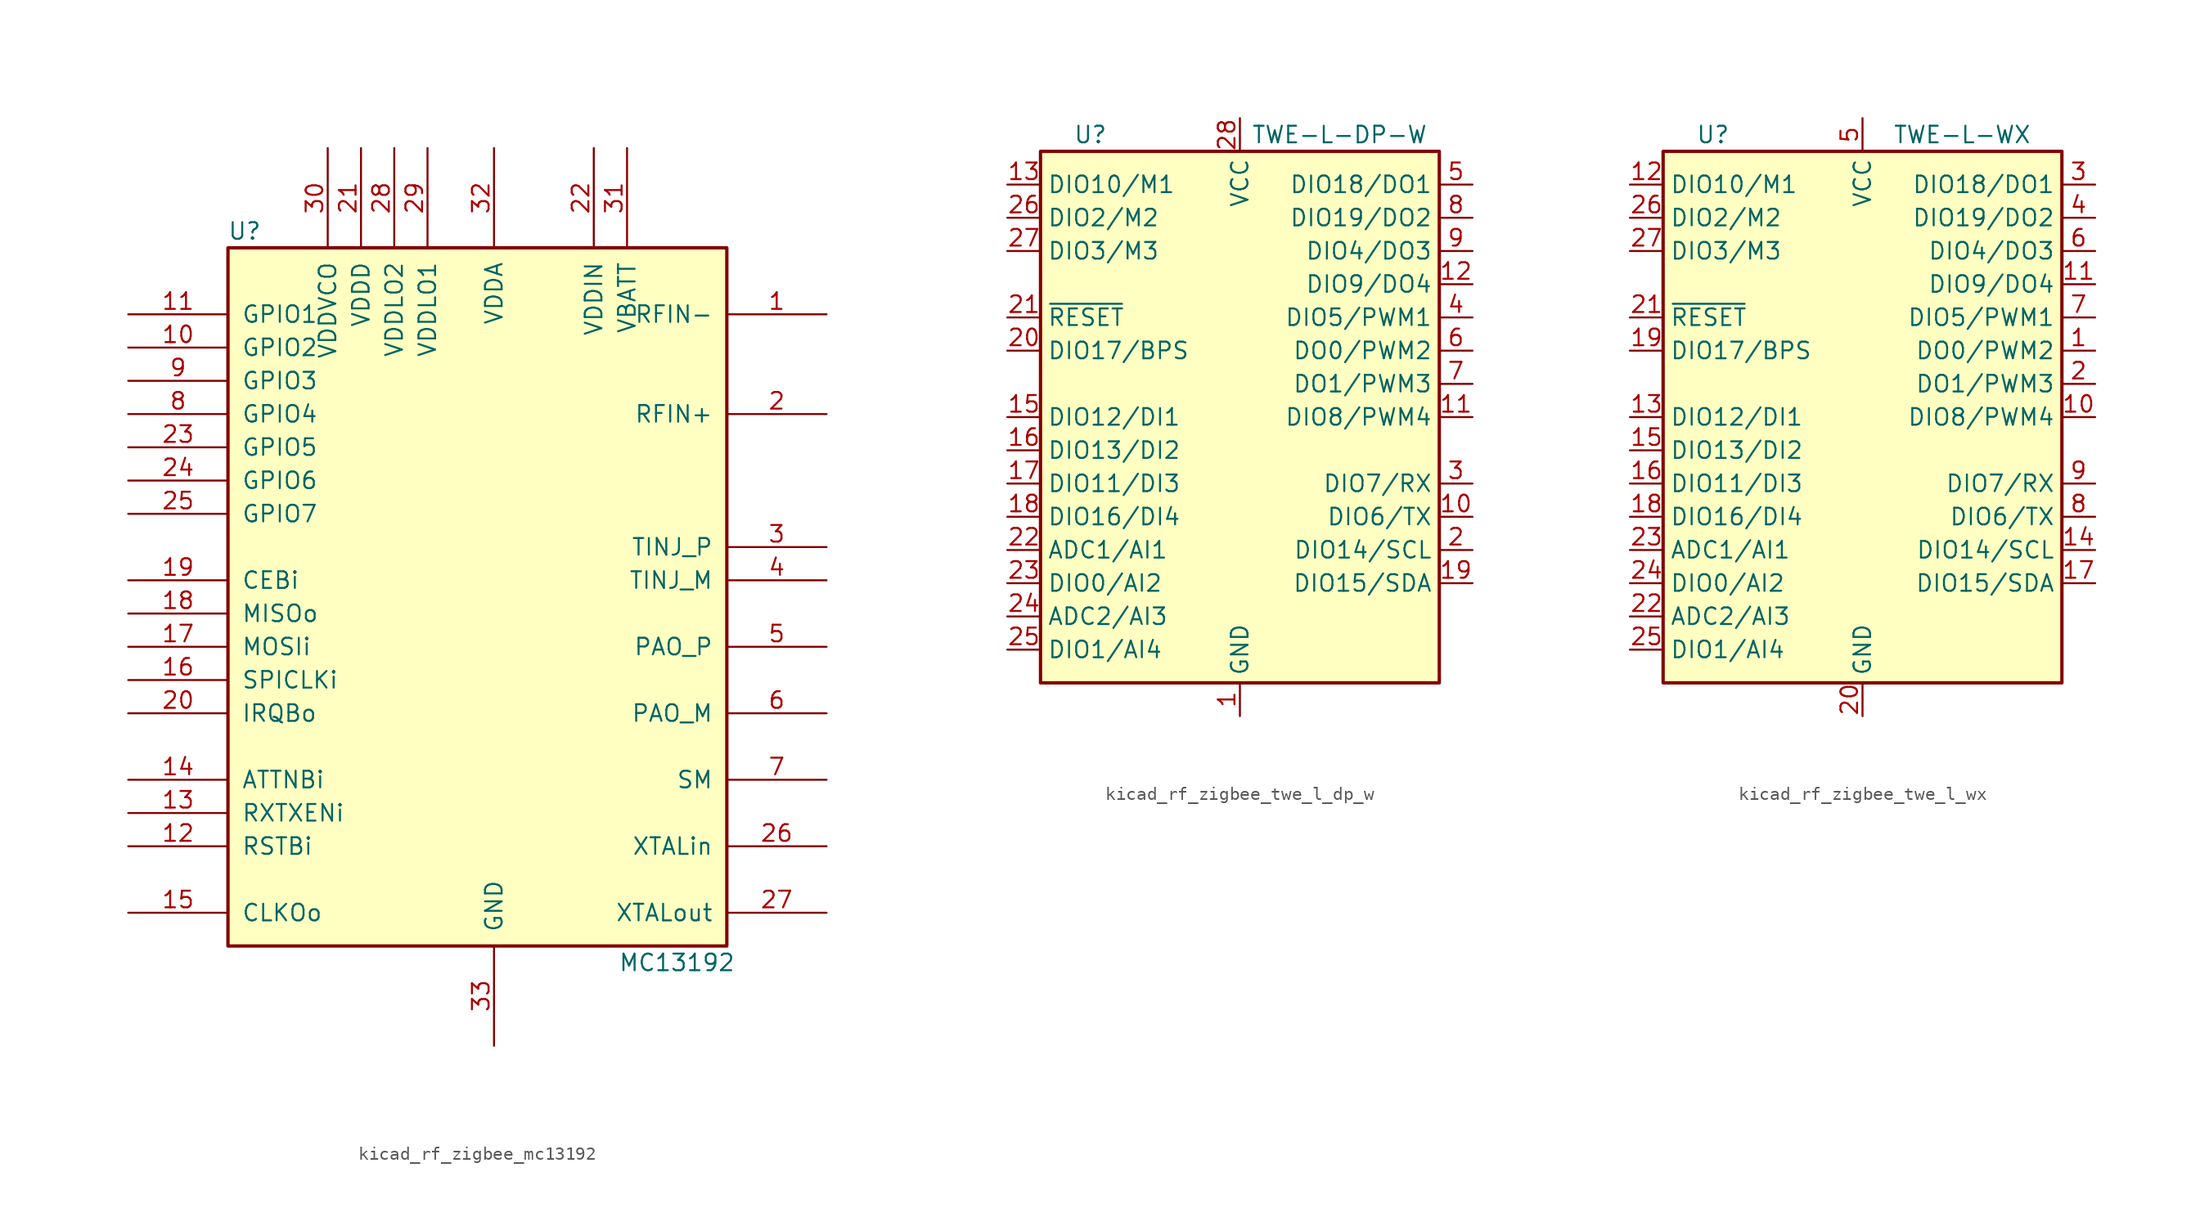
<source format=kicad_sym>
(kicad_symbol_lib
  (version 20220914)
  (generator kicad_symbol_editor)
  (symbol "kicad_rf_zigbee_mc13192"
    (pin_names
      (offset 1.016))
    (property "Reference" "U"
      (at -19.05 26.67 0)
      (effects (font (size 1.27 1.27))))
    (property "Value" "MC13192"
      (at 13.97 -29.21 0)
      (effects (font (size 1.27 1.27))))
    (symbol "kicad_rf_zigbee_mc13192_0_1"
      (rectangle (start -20.32 25.4) (end 17.78 -27.94) (stroke (width 0.254) (type default)) (fill (type background))))
    (symbol "kicad_rf_zigbee_mc13192_1_1"
      (pin input line (at 25.4 20.32 180) (length 7.62) (name "RFIN-" (effects (font (size 1.27 1.27)))) (number "1" (effects (font (size 1.27 1.27)))))
      (pin bidirectional line (at -27.94 17.78 0) (length 7.62) (name "GPIO2" (effects (font (size 1.27 1.27)))) (number "10" (effects (font (size 1.27 1.27)))))
      (pin bidirectional line (at -27.94 20.32 0) (length 7.62) (name "GPIO1" (effects (font (size 1.27 1.27)))) (number "11" (effects (font (size 1.27 1.27)))))
      (pin input line (at -27.94 -20.32 0) (length 7.62) (name "RSTBi" (effects (font (size 1.27 1.27)))) (number "12" (effects (font (size 1.27 1.27)))))
      (pin input line (at -27.94 -17.78 0) (length 7.62) (name "RXTXENi" (effects (font (size 1.27 1.27)))) (number "13" (effects (font (size 1.27 1.27)))))
      (pin input line (at -27.94 -15.24 0) (length 7.62) (name "ATTNBi" (effects (font (size 1.27 1.27)))) (number "14" (effects (font (size 1.27 1.27)))))
      (pin output line (at -27.94 -25.4 0) (length 7.62) (name "CLKOo" (effects (font (size 1.27 1.27)))) (number "15" (effects (font (size 1.27 1.27)))))
      (pin input line (at -27.94 -7.62 0) (length 7.62) (name "SPICLKi" (effects (font (size 1.27 1.27)))) (number "16" (effects (font (size 1.27 1.27)))))
      (pin input line (at -27.94 -5.08 0) (length 7.62) (name "MOSIi" (effects (font (size 1.27 1.27)))) (number "17" (effects (font (size 1.27 1.27)))))
      (pin tri_state line (at -27.94 -2.54 0) (length 7.62) (name "MISOo" (effects (font (size 1.27 1.27)))) (number "18" (effects (font (size 1.27 1.27)))))
      (pin input line (at -27.94 0 0) (length 7.62) (name "CEBi" (effects (font (size 1.27 1.27)))) (number "19" (effects (font (size 1.27 1.27)))))
      (pin input line (at 25.4 12.7 180) (length 7.62) (name "RFIN+" (effects (font (size 1.27 1.27)))) (number "2" (effects (font (size 1.27 1.27)))))
      (pin open_collector line (at -27.94 -10.16 0) (length 7.62) (name "IRQBo" (effects (font (size 1.27 1.27)))) (number "20" (effects (font (size 1.27 1.27)))))
      (pin power_out line (at -10.16 33.02 270) (length 7.62) (name "VDDD" (effects (font (size 1.27 1.27)))) (number "21" (effects (font (size 1.27 1.27)))))
      (pin power_in line (at 7.62 33.02 270) (length 7.62) (name "VDDIN" (effects (font (size 1.27 1.27)))) (number "22" (effects (font (size 1.27 1.27)))))
      (pin bidirectional line (at -27.94 10.16 0) (length 7.62) (name "GPIO5" (effects (font (size 1.27 1.27)))) (number "23" (effects (font (size 1.27 1.27)))))
      (pin bidirectional line (at -27.94 7.62 0) (length 7.62) (name "GPIO6" (effects (font (size 1.27 1.27)))) (number "24" (effects (font (size 1.27 1.27)))))
      (pin bidirectional line (at -27.94 5.08 0) (length 7.62) (name "GPIO7" (effects (font (size 1.27 1.27)))) (number "25" (effects (font (size 1.27 1.27)))))
      (pin input line (at 25.4 -20.32 180) (length 7.62) (name "XTALin" (effects (font (size 1.27 1.27)))) (number "26" (effects (font (size 1.27 1.27)))))
      (pin output line (at 25.4 -25.4 180) (length 7.62) (name "XTALout" (effects (font (size 1.27 1.27)))) (number "27" (effects (font (size 1.27 1.27)))))
      (pin power_in line (at -7.62 33.02 270) (length 7.62) (name "VDDLO2" (effects (font (size 1.27 1.27)))) (number "28" (effects (font (size 1.27 1.27)))))
      (pin power_in line (at -5.08 33.02 270) (length 7.62) (name "VDDLO1" (effects (font (size 1.27 1.27)))) (number "29" (effects (font (size 1.27 1.27)))))
      (pin input line (at 25.4 2.54 180) (length 7.62) (name "TINJ_P" (effects (font (size 1.27 1.27)))) (number "3" (effects (font (size 1.27 1.27)))))
      (pin power_out line (at -12.7 33.02 270) (length 7.62) (name "VDDVCO" (effects (font (size 1.27 1.27)))) (number "30" (effects (font (size 1.27 1.27)))))
      (pin input line (at 10.16 33.02 270) (length 7.62) (name "VBATT" (effects (font (size 1.27 1.27)))) (number "31" (effects (font (size 1.27 1.27)))))
      (pin power_out line (at 0 33.02 270) (length 7.62) (name "VDDA" (effects (font (size 1.27 1.27)))) (number "32" (effects (font (size 1.27 1.27)))))
      (pin power_in line (at 0 -35.56 90) (length 7.62) (name "GND" (effects (font (size 1.27 1.27)))) (number "33" (effects (font (size 1.27 1.27)))))
      (pin input line (at 25.4 0 180) (length 7.62) (name "TINJ_M" (effects (font (size 1.27 1.27)))) (number "4" (effects (font (size 1.27 1.27)))))
      (pin open_collector line (at 25.4 -5.08 180) (length 7.62) (name "PAO_P" (effects (font (size 1.27 1.27)))) (number "5" (effects (font (size 1.27 1.27)))))
      (pin open_collector line (at 25.4 -10.16 180) (length 7.62) (name "PAO_M" (effects (font (size 1.27 1.27)))) (number "6" (effects (font (size 1.27 1.27)))))
      (pin input line (at 25.4 -15.24 180) (length 7.62) (name "SM" (effects (font (size 1.27 1.27)))) (number "7" (effects (font (size 1.27 1.27)))))
      (pin bidirectional line (at -27.94 12.7 0) (length 7.62) (name "GPIO4" (effects (font (size 1.27 1.27)))) (number "8" (effects (font (size 1.27 1.27)))))
      (pin bidirectional line (at -27.94 15.24 0) (length 7.62) (name "GPIO3" (effects (font (size 1.27 1.27)))) (number "9" (effects (font (size 1.27 1.27)))))))
  (symbol "kicad_rf_zigbee_twe_l_dp_w"
    (property "Reference" "U"
      (at -11.43 21.59 0)
      (effects (font (size 1.27 1.27))))
    (property "Value" "TWE-L-DP-W"
      (at 7.62 21.59 0)
      (effects (font (size 1.27 1.27))))
    (symbol "kicad_rf_zigbee_twe_l_dp_w_1_0"
      (rectangle (start -15.24 -20.32) (end 15.24 20.32) (stroke (width 0.254) (type default)) (fill (type background))))
    (symbol "kicad_rf_zigbee_twe_l_dp_w_1_1"
      (pin power_in line (at 0 -22.86 90) (length 2.54) (name "GND" (effects (font (size 1.27 1.27)))) (number "1" (effects (font (size 1.27 1.27)))))
      (pin bidirectional line (at 17.78 -7.62 180) (length 2.54) (name "DIO6/TX" (effects (font (size 1.27 1.27)))) (number "10" (effects (font (size 1.27 1.27)))))
      (pin bidirectional line (at 17.78 0 180) (length 2.54) (name "DIO8/PWM4" (effects (font (size 1.27 1.27)))) (number "11" (effects (font (size 1.27 1.27)))))
      (pin bidirectional line (at 17.78 10.16 180) (length 2.54) (name "DIO9/DO4" (effects (font (size 1.27 1.27)))) (number "12" (effects (font (size 1.27 1.27)))))
      (pin bidirectional line (at -17.78 17.78 0) (length 2.54) (name "DIO10/M1" (effects (font (size 1.27 1.27)))) (number "13" (effects (font (size 1.27 1.27)))))
      (pin passive line (at 0 -22.86 90) (length 2.54) hide (name "GND" (effects (font (size 1.27 1.27)))) (number "14" (effects (font (size 1.27 1.27)))))
      (pin bidirectional line (at -17.78 0 0) (length 2.54) (name "DIO12/DI1" (effects (font (size 1.27 1.27)))) (number "15" (effects (font (size 1.27 1.27)))))
      (pin bidirectional line (at -17.78 -2.54 0) (length 2.54) (name "DIO13/DI2" (effects (font (size 1.27 1.27)))) (number "16" (effects (font (size 1.27 1.27)))))
      (pin bidirectional line (at -17.78 -5.08 0) (length 2.54) (name "DIO11/DI3" (effects (font (size 1.27 1.27)))) (number "17" (effects (font (size 1.27 1.27)))))
      (pin bidirectional line (at -17.78 -7.62 0) (length 2.54) (name "DIO16/DI4" (effects (font (size 1.27 1.27)))) (number "18" (effects (font (size 1.27 1.27)))))
      (pin bidirectional line (at 17.78 -12.7 180) (length 2.54) (name "DIO15/SDA" (effects (font (size 1.27 1.27)))) (number "19" (effects (font (size 1.27 1.27)))))
      (pin bidirectional line (at 17.78 -10.16 180) (length 2.54) (name "DIO14/SCL" (effects (font (size 1.27 1.27)))) (number "2" (effects (font (size 1.27 1.27)))))
      (pin bidirectional line (at -17.78 5.08 0) (length 2.54) (name "DIO17/BPS" (effects (font (size 1.27 1.27)))) (number "20" (effects (font (size 1.27 1.27)))))
      (pin input line (at -17.78 7.62 0) (length 2.54) (name "~{RESET}" (effects (font (size 1.27 1.27)))) (number "21" (effects (font (size 1.27 1.27)))))
      (pin input line (at -17.78 -10.16 0) (length 2.54) (name "ADC1/AI1" (effects (font (size 1.27 1.27)))) (number "22" (effects (font (size 1.27 1.27)))))
      (pin bidirectional line (at -17.78 -12.7 0) (length 2.54) (name "DIO0/AI2" (effects (font (size 1.27 1.27)))) (number "23" (effects (font (size 1.27 1.27)))))
      (pin input line (at -17.78 -15.24 0) (length 2.54) (name "ADC2/AI3" (effects (font (size 1.27 1.27)))) (number "24" (effects (font (size 1.27 1.27)))))
      (pin bidirectional line (at -17.78 -17.78 0) (length 2.54) (name "DIO1/AI4" (effects (font (size 1.27 1.27)))) (number "25" (effects (font (size 1.27 1.27)))))
      (pin bidirectional line (at -17.78 15.24 0) (length 2.54) (name "DIO2/M2" (effects (font (size 1.27 1.27)))) (number "26" (effects (font (size 1.27 1.27)))))
      (pin bidirectional line (at -17.78 12.7 0) (length 2.54) (name "DIO3/M3" (effects (font (size 1.27 1.27)))) (number "27" (effects (font (size 1.27 1.27)))))
      (pin power_in line (at 0 22.86 270) (length 2.54) (name "VCC" (effects (font (size 1.27 1.27)))) (number "28" (effects (font (size 1.27 1.27)))))
      (pin bidirectional line (at 17.78 -5.08 180) (length 2.54) (name "DIO7/RX" (effects (font (size 1.27 1.27)))) (number "3" (effects (font (size 1.27 1.27)))))
      (pin bidirectional line (at 17.78 7.62 180) (length 2.54) (name "DIO5/PWM1" (effects (font (size 1.27 1.27)))) (number "4" (effects (font (size 1.27 1.27)))))
      (pin bidirectional line (at 17.78 17.78 180) (length 2.54) (name "DIO18/DO1" (effects (font (size 1.27 1.27)))) (number "5" (effects (font (size 1.27 1.27)))))
      (pin output line (at 17.78 5.08 180) (length 2.54) (name "DO0/PWM2" (effects (font (size 1.27 1.27)))) (number "6" (effects (font (size 1.27 1.27)))))
      (pin bidirectional line (at 17.78 2.54 180) (length 2.54) (name "DO1/PWM3" (effects (font (size 1.27 1.27)))) (number "7" (effects (font (size 1.27 1.27)))))
      (pin bidirectional line (at 17.78 15.24 180) (length 2.54) (name "DIO19/DO2" (effects (font (size 1.27 1.27)))) (number "8" (effects (font (size 1.27 1.27)))))
      (pin bidirectional line (at 17.78 12.7 180) (length 2.54) (name "DIO4/DO3" (effects (font (size 1.27 1.27)))) (number "9" (effects (font (size 1.27 1.27)))))))
  (symbol "kicad_rf_zigbee_twe_l_wx"
    (property "Reference" "U"
      (at -11.43 21.59 0)
      (effects (font (size 1.27 1.27))))
    (property "Value" "TWE-L-WX"
      (at 7.62 21.59 0)
      (effects (font (size 1.27 1.27))))
    (symbol "kicad_rf_zigbee_twe_l_wx_1_0"
      (rectangle (start -15.24 -20.32) (end 15.24 20.32) (stroke (width 0.254) (type default)) (fill (type background))))
    (symbol "kicad_rf_zigbee_twe_l_wx_1_1"
      (pin output line (at 17.78 5.08 180) (length 2.54) (name "DO0/PWM2" (effects (font (size 1.27 1.27)))) (number "1" (effects (font (size 1.27 1.27)))))
      (pin bidirectional line (at 17.78 0 180) (length 2.54) (name "DIO8/PWM4" (effects (font (size 1.27 1.27)))) (number "10" (effects (font (size 1.27 1.27)))))
      (pin bidirectional line (at 17.78 10.16 180) (length 2.54) (name "DIO9/DO4" (effects (font (size 1.27 1.27)))) (number "11" (effects (font (size 1.27 1.27)))))
      (pin bidirectional line (at -17.78 17.78 0) (length 2.54) (name "DIO10/M1" (effects (font (size 1.27 1.27)))) (number "12" (effects (font (size 1.27 1.27)))))
      (pin bidirectional line (at -17.78 0 0) (length 2.54) (name "DIO12/DI1" (effects (font (size 1.27 1.27)))) (number "13" (effects (font (size 1.27 1.27)))))
      (pin bidirectional line (at 17.78 -10.16 180) (length 2.54) (name "DIO14/SCL" (effects (font (size 1.27 1.27)))) (number "14" (effects (font (size 1.27 1.27)))))
      (pin bidirectional line (at -17.78 -2.54 0) (length 2.54) (name "DIO13/DI2" (effects (font (size 1.27 1.27)))) (number "15" (effects (font (size 1.27 1.27)))))
      (pin bidirectional line (at -17.78 -5.08 0) (length 2.54) (name "DIO11/DI3" (effects (font (size 1.27 1.27)))) (number "16" (effects (font (size 1.27 1.27)))))
      (pin bidirectional line (at 17.78 -12.7 180) (length 2.54) (name "DIO15/SDA" (effects (font (size 1.27 1.27)))) (number "17" (effects (font (size 1.27 1.27)))))
      (pin bidirectional line (at -17.78 -7.62 0) (length 2.54) (name "DIO16/DI4" (effects (font (size 1.27 1.27)))) (number "18" (effects (font (size 1.27 1.27)))))
      (pin bidirectional line (at -17.78 5.08 0) (length 2.54) (name "DIO17/BPS" (effects (font (size 1.27 1.27)))) (number "19" (effects (font (size 1.27 1.27)))))
      (pin bidirectional line (at 17.78 2.54 180) (length 2.54) (name "DO1/PWM3" (effects (font (size 1.27 1.27)))) (number "2" (effects (font (size 1.27 1.27)))))
      (pin power_in line (at 0 -22.86 90) (length 2.54) (name "GND" (effects (font (size 1.27 1.27)))) (number "20" (effects (font (size 1.27 1.27)))))
      (pin input line (at -17.78 7.62 0) (length 2.54) (name "~{RESET}" (effects (font (size 1.27 1.27)))) (number "21" (effects (font (size 1.27 1.27)))))
      (pin input line (at -17.78 -15.24 0) (length 2.54) (name "ADC2/AI3" (effects (font (size 1.27 1.27)))) (number "22" (effects (font (size 1.27 1.27)))))
      (pin input line (at -17.78 -10.16 0) (length 2.54) (name "ADC1/AI1" (effects (font (size 1.27 1.27)))) (number "23" (effects (font (size 1.27 1.27)))))
      (pin bidirectional line (at -17.78 -12.7 0) (length 2.54) (name "DIO0/AI2" (effects (font (size 1.27 1.27)))) (number "24" (effects (font (size 1.27 1.27)))))
      (pin bidirectional line (at -17.78 -17.78 0) (length 2.54) (name "DIO1/AI4" (effects (font (size 1.27 1.27)))) (number "25" (effects (font (size 1.27 1.27)))))
      (pin bidirectional line (at -17.78 15.24 0) (length 2.54) (name "DIO2/M2" (effects (font (size 1.27 1.27)))) (number "26" (effects (font (size 1.27 1.27)))))
      (pin bidirectional line (at -17.78 12.7 0) (length 2.54) (name "DIO3/M3" (effects (font (size 1.27 1.27)))) (number "27" (effects (font (size 1.27 1.27)))))
      (pin passive line (at 0 -22.86 90) (length 2.54) hide (name "GND" (effects (font (size 1.27 1.27)))) (number "28" (effects (font (size 1.27 1.27)))))
      (pin no_connect line (at 15.24 -17.78 180) (length 2.54) hide (name "NC" (effects (font (size 1.27 1.27)))) (number "29" (effects (font (size 1.27 1.27)))))
      (pin bidirectional line (at 17.78 17.78 180) (length 2.54) (name "DIO18/DO1" (effects (font (size 1.27 1.27)))) (number "3" (effects (font (size 1.27 1.27)))))
      (pin passive line (at 0 -22.86 90) (length 2.54) hide (name "GND" (effects (font (size 1.27 1.27)))) (number "30" (effects (font (size 1.27 1.27)))))
      (pin passive line (at 0 -22.86 90) (length 2.54) hide (name "GND" (effects (font (size 1.27 1.27)))) (number "31" (effects (font (size 1.27 1.27)))))
      (pin passive line (at 0 -22.86 90) (length 2.54) hide (name "GND" (effects (font (size 1.27 1.27)))) (number "32" (effects (font (size 1.27 1.27)))))
      (pin bidirectional line (at 17.78 15.24 180) (length 2.54) (name "DIO19/DO2" (effects (font (size 1.27 1.27)))) (number "4" (effects (font (size 1.27 1.27)))))
      (pin power_in line (at 0 22.86 270) (length 2.54) (name "VCC" (effects (font (size 1.27 1.27)))) (number "5" (effects (font (size 1.27 1.27)))))
      (pin bidirectional line (at 17.78 12.7 180) (length 2.54) (name "DIO4/DO3" (effects (font (size 1.27 1.27)))) (number "6" (effects (font (size 1.27 1.27)))))
      (pin bidirectional line (at 17.78 7.62 180) (length 2.54) (name "DIO5/PWM1" (effects (font (size 1.27 1.27)))) (number "7" (effects (font (size 1.27 1.27)))))
      (pin bidirectional line (at 17.78 -7.62 180) (length 2.54) (name "DIO6/TX" (effects (font (size 1.27 1.27)))) (number "8" (effects (font (size 1.27 1.27)))))
      (pin bidirectional line (at 17.78 -5.08 180) (length 2.54) (name "DIO7/RX" (effects (font (size 1.27 1.27)))) (number "9" (effects (font (size 1.27 1.27))))))))
</source>
